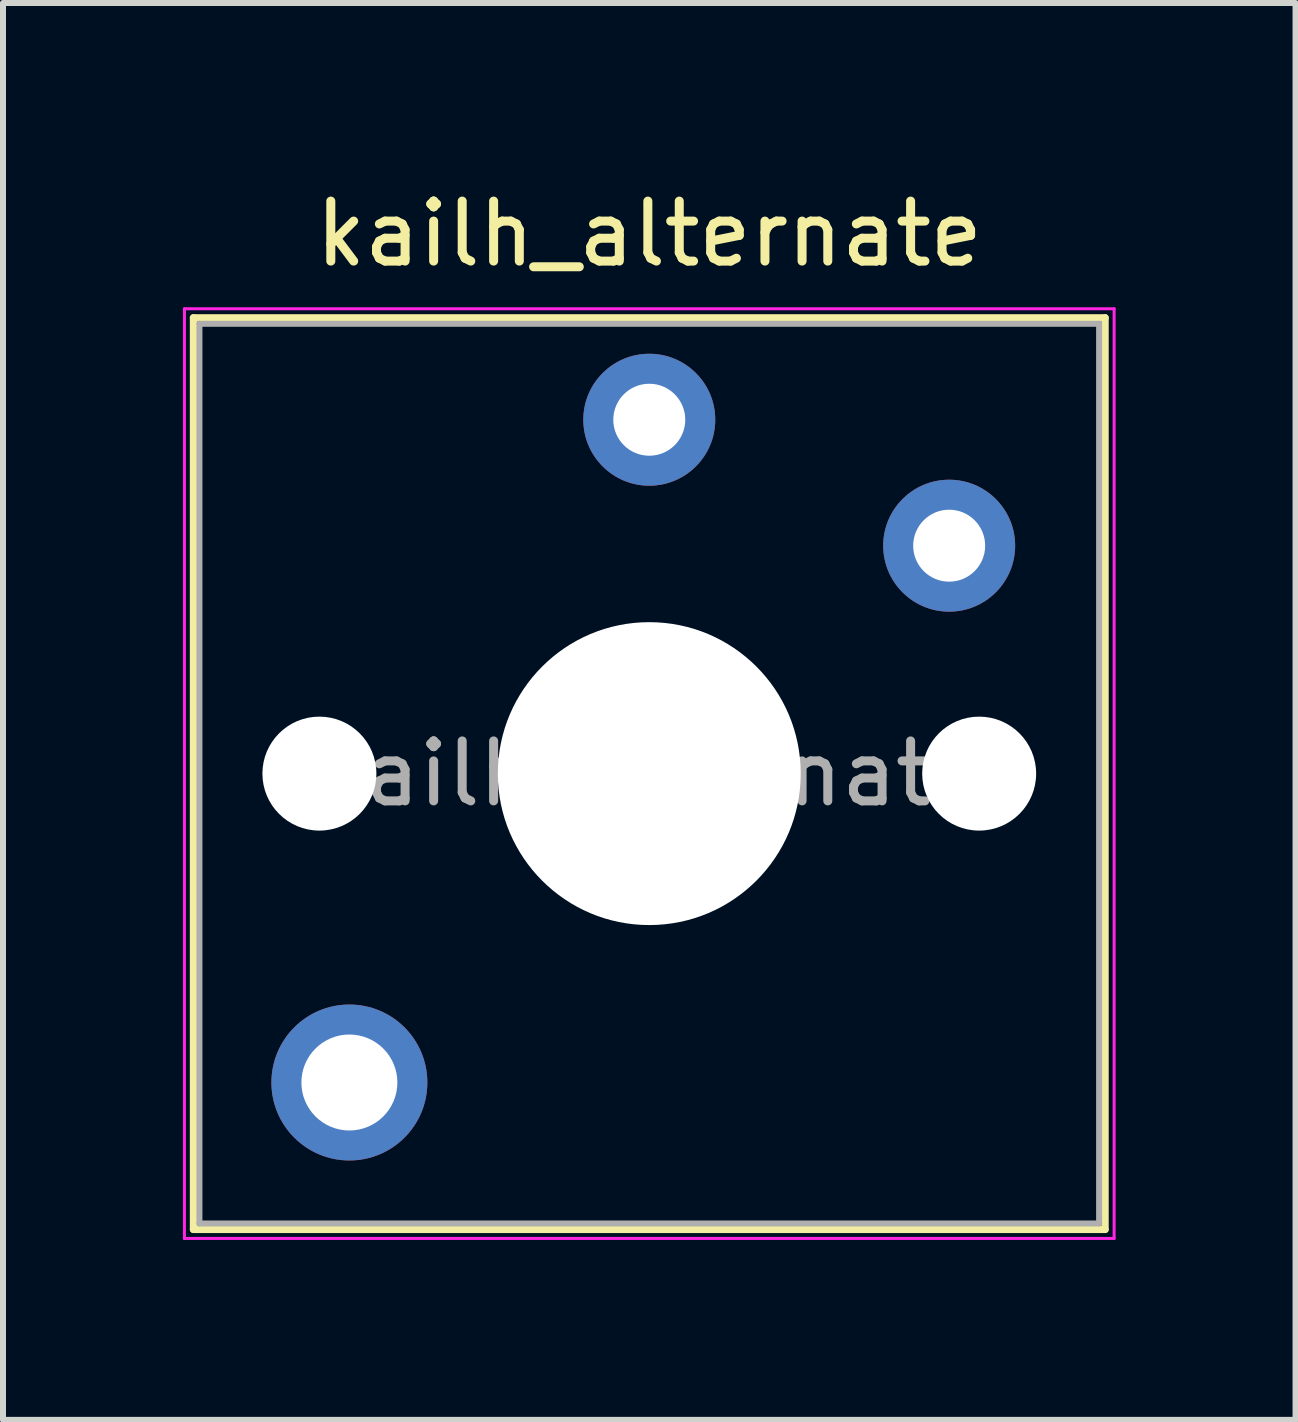
<source format=kicad_pcb>
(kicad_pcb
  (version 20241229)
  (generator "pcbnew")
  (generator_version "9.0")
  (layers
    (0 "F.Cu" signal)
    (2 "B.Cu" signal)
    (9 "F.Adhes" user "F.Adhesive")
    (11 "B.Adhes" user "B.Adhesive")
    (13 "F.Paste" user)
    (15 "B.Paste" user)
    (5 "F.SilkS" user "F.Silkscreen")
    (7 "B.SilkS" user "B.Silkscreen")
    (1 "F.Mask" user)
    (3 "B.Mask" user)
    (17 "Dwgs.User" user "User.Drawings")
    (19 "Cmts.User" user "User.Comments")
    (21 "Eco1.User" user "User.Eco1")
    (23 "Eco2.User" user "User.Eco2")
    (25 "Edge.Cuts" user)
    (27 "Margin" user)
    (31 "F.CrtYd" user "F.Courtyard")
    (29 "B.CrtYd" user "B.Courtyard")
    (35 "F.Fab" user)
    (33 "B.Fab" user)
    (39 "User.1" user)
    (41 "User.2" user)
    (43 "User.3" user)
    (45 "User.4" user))
  (footprint "kailh_alternate"
    (layer "F.Cu")
    (at 7.775 9.848)
    (property "Reference" "kailh_alternate" (at 0 -9 0) (layer "F.SilkS") (effects (font (size 1 1) (thickness 0.15))))
    (attr through_hole)
    (fp_line (start -7.6 -7.6) (end -7.6 7.6) (stroke (width 0.12) (type solid)) (layer "F.SilkS"))
    (fp_line (start -7.6 7.6) (end 7.6 7.6) (stroke (width 0.12) (type solid)) (layer "F.SilkS"))
    (fp_line (start 7.6 -7.6) (end -7.6 -7.6) (stroke (width 0.12) (type solid)) (layer "F.SilkS"))
    (fp_line (start 7.6 7.6) (end 7.6 -7.6) (stroke (width 0.12) (type solid)) (layer "F.SilkS"))
    (fp_line (start -7.25 -7.25) (end -7.25 7.25) (stroke (width 0.1) (type solid)) (layer "Eco1.User"))
    (fp_line (start -7.25 7.25) (end 7.25 7.25) (stroke (width 0.1) (type solid)) (layer "Eco1.User"))
    (fp_line (start 7.25 -7.25) (end -7.25 -7.25) (stroke (width 0.1) (type solid)) (layer "Eco1.User"))
    (fp_line (start 7.25 7.25) (end 7.25 -7.25) (stroke (width 0.1) (type solid)) (layer "Eco1.User"))
    (fp_line (start -7.75 -7.75) (end -7.75 7.75) (stroke (width 0.05) (type solid)) (layer "F.CrtYd"))
    (fp_line (start -7.75 7.75) (end 7.75 7.75) (stroke (width 0.05) (type solid)) (layer "F.CrtYd"))
    (fp_line (start 7.75 -7.75) (end -7.75 -7.75) (stroke (width 0.05) (type solid)) (layer "F.CrtYd"))
    (fp_line (start 7.75 7.75) (end 7.75 -7.75) (stroke (width 0.05) (type solid)) (layer "F.CrtYd"))
    (fp_line (start -7.5 -7.5) (end -7.5 7.5) (stroke (width 0.1) (type solid)) (layer "F.Fab"))
    (fp_line (start -7.5 7.5) (end 7.5 7.5) (stroke (width 0.1) (type solid)) (layer "F.Fab"))
    (fp_line (start 7.5 -7.5) (end -7.5 -7.5) (stroke (width 0.1) (type solid)) (layer "F.Fab"))
    (fp_line (start 7.5 7.5) (end 7.5 -7.5) (stroke (width 0.1) (type solid)) (layer "F.Fab"))
    (fp_text user "${REFERENCE}" (at 0 0 0) (layer "F.Fab") (effects (font (size 1 1) (thickness 0.15))))
    (pad "" np_thru_hole circle (at -5.5 0) (size 1.9 1.9) (drill 1.9) (layers "*.Cu" "*.Mask"))
    (pad "" smd circle (at -5 5.15) (size 1.65 1.65) (layers "F.Mask"))
    (pad "" thru_hole circle (at -5 5.15) (size 2.6 2.6) (drill 1.6) (layers "*.Cu" "B.Mask"))
    (pad "" smd circle (at 0 -5.9) (size 1.25 1.25) (layers "F.Mask"))
    (pad "" np_thru_hole circle (at 0 0) (size 5.05 5.05) (drill 5.05) (layers "*.Cu" "*.Mask"))
    (pad "" smd circle (at 5 -3.8) (size 1.25 1.25) (layers "F.Mask"))
    (pad "" np_thru_hole circle (at 5.5 0) (size 1.9 1.9) (drill 1.9) (layers "*.Cu" "*.Mask"))
    (pad "1" thru_hole circle (at 0 -5.9) (size 2.2 2.2) (drill 1.2) (layers "*.Cu" "B.Mask"))
    (pad "2" thru_hole circle (at 5 -3.8) (size 2.2 2.2) (drill 1.2) (layers "*.Cu" "B.Mask")))
  (gr_rect
    (start -3 -3)
    (end 18.55 20.623)
    (stroke (width 0.1) (type default))
    (fill no)
    (layer "Edge.Cuts")))
</source>
